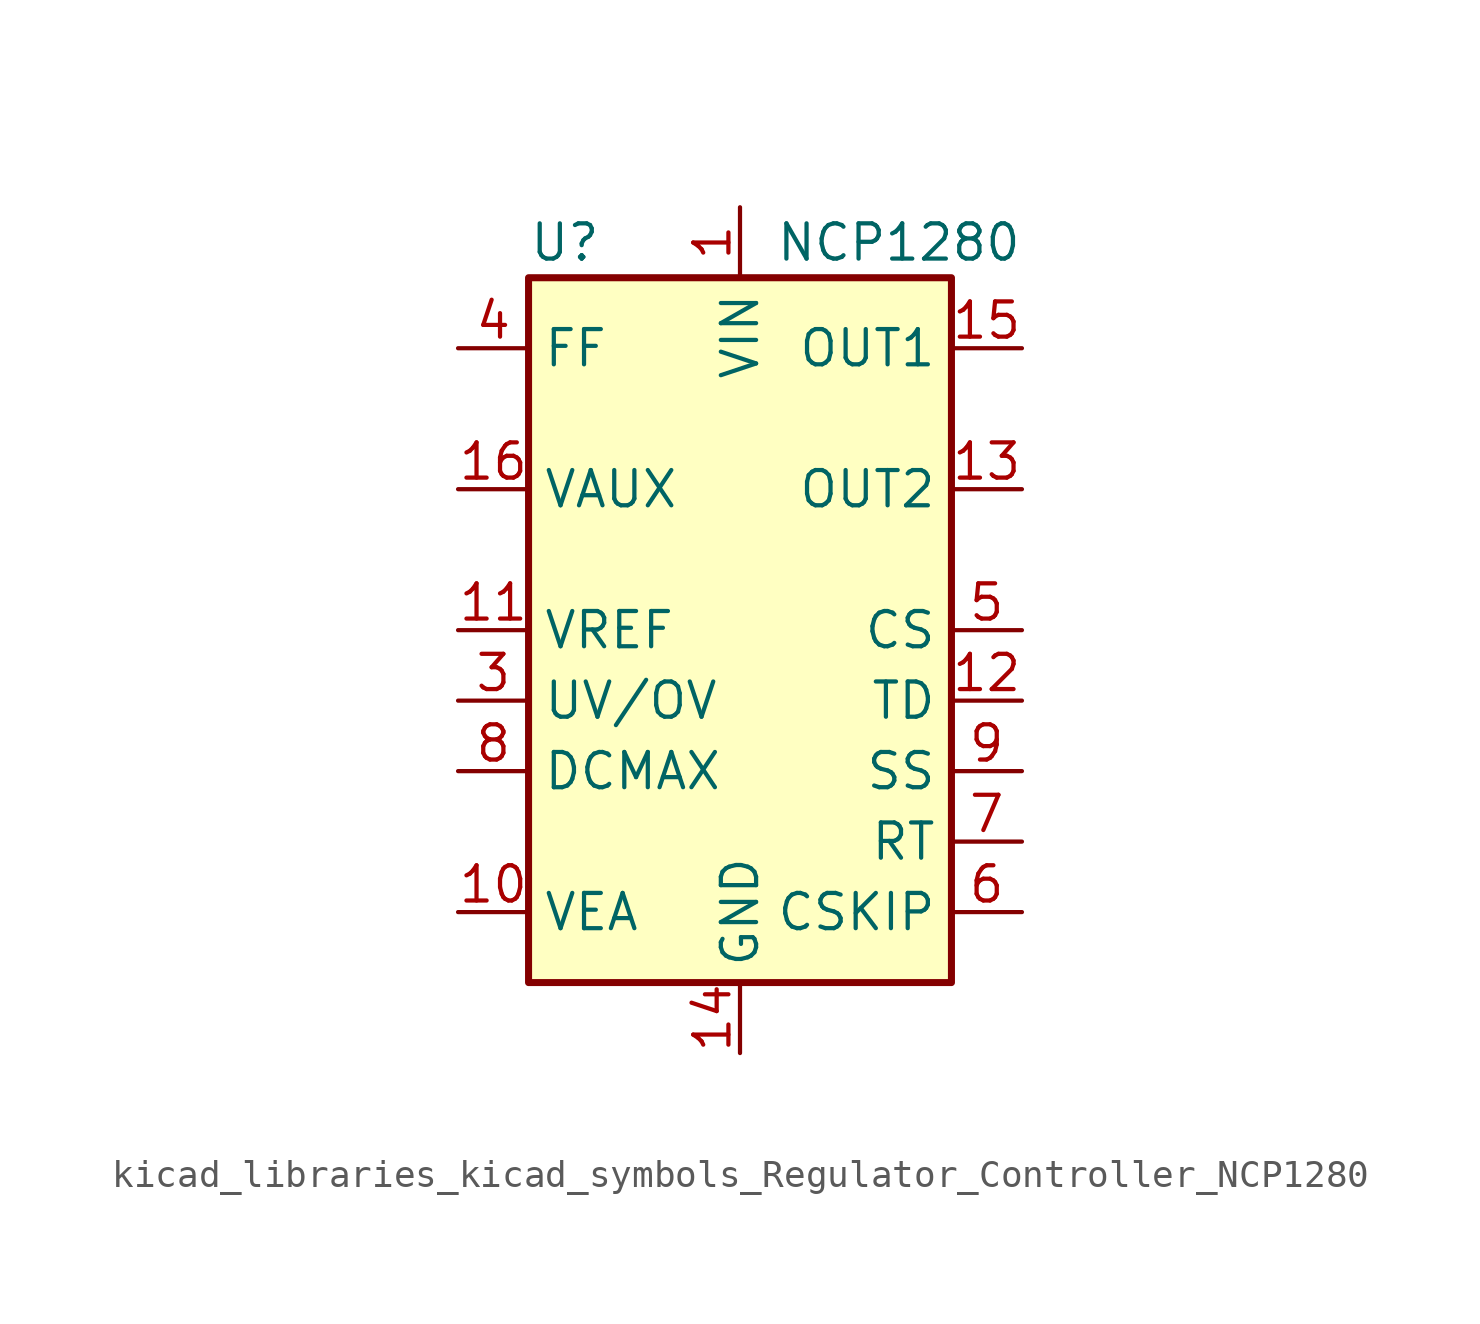
<source format=kicad_sym>
(kicad_symbol_lib
  (version 20220914)
  (generator kicad_symbol_editor)
  (symbol "kicad_libraries_kicad_symbols_Regulator_Controller_NCP1280"
    (property "Reference" "U"
      (at -7.62 13.97 0)
      (effects (font (size 1.27 1.27)) (justify left)))
    (property "Value" "NCP1280"
      (at 1.27 13.97 0)
      (effects (font (size 1.27 1.27)) (justify left)))
    (symbol "kicad_libraries_kicad_symbols_Regulator_Controller_NCP1280_0_0"
      (rectangle (start -7.62 12.7) (end 7.62 -12.7) (stroke (width 0.254) (type default)) (fill (type background))))
    (symbol "kicad_libraries_kicad_symbols_Regulator_Controller_NCP1280_1_1"
      (pin power_in line (at 0 15.24 270) (length 2.54) (name "VIN" (effects (font (size 1.27 1.27)))) (number "1" (effects (font (size 1.27 1.27)))))
      (pin input line (at -10.16 -10.16 0) (length 2.54) (name "VEA" (effects (font (size 1.27 1.27)))) (number "10" (effects (font (size 1.27 1.27)))))
      (pin output line (at -10.16 0 0) (length 2.54) (name "VREF" (effects (font (size 1.27 1.27)))) (number "11" (effects (font (size 1.27 1.27)))))
      (pin passive line (at 10.16 -2.54 180) (length 2.54) (name "TD" (effects (font (size 1.27 1.27)))) (number "12" (effects (font (size 1.27 1.27)))))
      (pin output line (at 10.16 5.08 180) (length 2.54) (name "OUT2" (effects (font (size 1.27 1.27)))) (number "13" (effects (font (size 1.27 1.27)))))
      (pin power_in line (at 0 -15.24 90) (length 2.54) (name "GND" (effects (font (size 1.27 1.27)))) (number "14" (effects (font (size 1.27 1.27)))))
      (pin output line (at 10.16 10.16 180) (length 2.54) (name "OUT1" (effects (font (size 1.27 1.27)))) (number "15" (effects (font (size 1.27 1.27)))))
      (pin power_in line (at -10.16 5.08 0) (length 2.54) (name "VAUX" (effects (font (size 1.27 1.27)))) (number "16" (effects (font (size 1.27 1.27)))))
      (pin no_connect line (at -7.62 7.62 0) (length 2.54) hide (name "NC" (effects (font (size 1.27 1.27)))) (number "2" (effects (font (size 1.27 1.27)))))
      (pin input line (at -10.16 -2.54 0) (length 2.54) (name "UV/OV" (effects (font (size 1.27 1.27)))) (number "3" (effects (font (size 1.27 1.27)))))
      (pin passive line (at -10.16 10.16 0) (length 2.54) (name "FF" (effects (font (size 1.27 1.27)))) (number "4" (effects (font (size 1.27 1.27)))))
      (pin input line (at 10.16 0 180) (length 2.54) (name "CS" (effects (font (size 1.27 1.27)))) (number "5" (effects (font (size 1.27 1.27)))))
      (pin passive line (at 10.16 -10.16 180) (length 2.54) (name "CSKIP" (effects (font (size 1.27 1.27)))) (number "6" (effects (font (size 1.27 1.27)))))
      (pin passive line (at 10.16 -7.62 180) (length 2.54) (name "RT" (effects (font (size 1.27 1.27)))) (number "7" (effects (font (size 1.27 1.27)))))
      (pin input line (at -10.16 -5.08 0) (length 2.54) (name "DCMAX" (effects (font (size 1.27 1.27)))) (number "8" (effects (font (size 1.27 1.27)))))
      (pin passive line (at 10.16 -5.08 180) (length 2.54) (name "SS" (effects (font (size 1.27 1.27)))) (number "9" (effects (font (size 1.27 1.27))))))))
</source>
